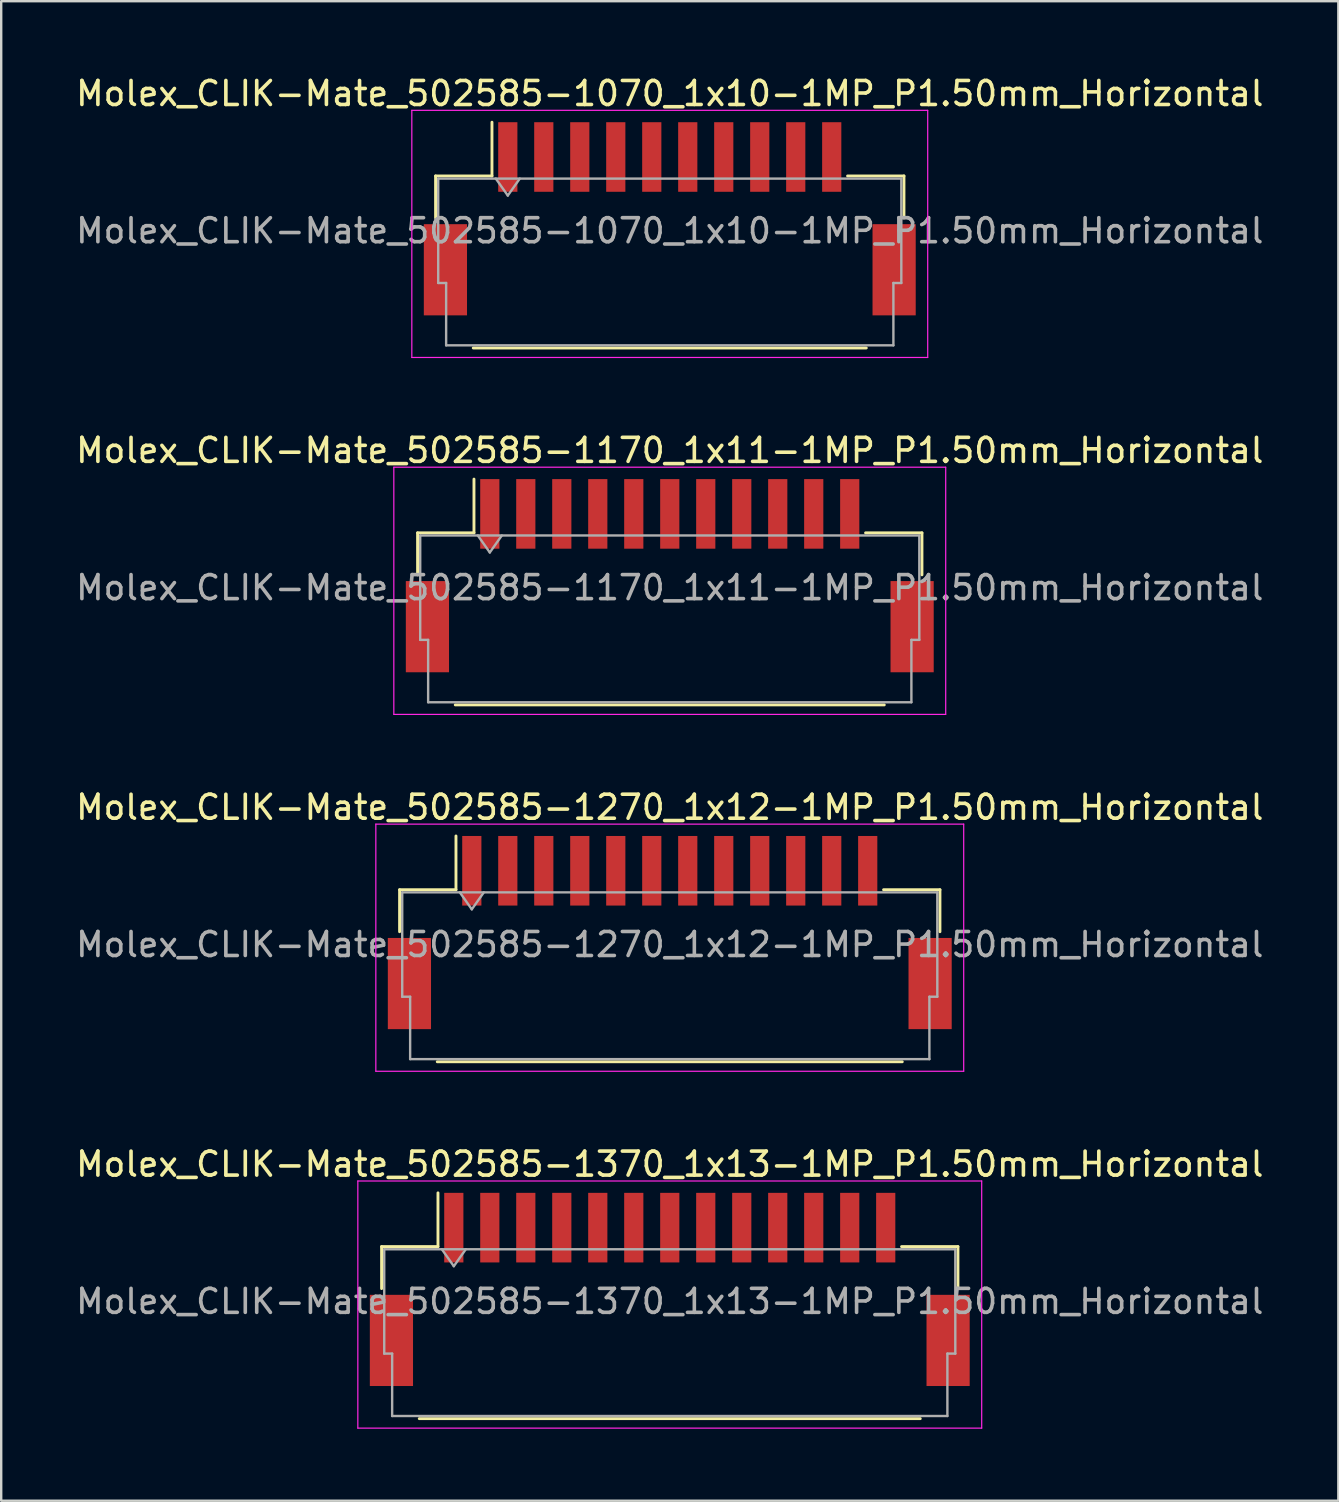
<source format=kicad_pcb>
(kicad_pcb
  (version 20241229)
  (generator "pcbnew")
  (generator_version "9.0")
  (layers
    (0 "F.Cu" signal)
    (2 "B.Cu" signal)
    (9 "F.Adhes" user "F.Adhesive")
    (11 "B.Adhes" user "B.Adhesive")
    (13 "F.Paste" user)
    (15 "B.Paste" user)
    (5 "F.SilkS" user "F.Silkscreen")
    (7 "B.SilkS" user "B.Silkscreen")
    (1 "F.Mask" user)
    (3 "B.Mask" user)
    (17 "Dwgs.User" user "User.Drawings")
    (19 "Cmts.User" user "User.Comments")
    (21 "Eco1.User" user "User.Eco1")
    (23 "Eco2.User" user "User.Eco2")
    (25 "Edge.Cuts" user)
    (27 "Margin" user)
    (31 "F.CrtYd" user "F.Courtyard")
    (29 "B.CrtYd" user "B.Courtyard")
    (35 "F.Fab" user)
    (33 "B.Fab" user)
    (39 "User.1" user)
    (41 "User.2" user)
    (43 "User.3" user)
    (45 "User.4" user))
  (footprint "Molex_CLIK-Mate_502585-1270_1x12-1MP_P1.50mm_Horizontal"
    (layer "F.Cu")
    (at 24.863 35.815)
    (property "Reference" "Molex_CLIK-Mate_502585-1270_1x12-1MP_P1.50mm_Horizontal" (at 0 -5.22 0) (layer "F.SilkS") (effects (font (size 1 1) (thickness 0.15))))
    (attr smd)
    (fp_line (start -11.26 -1.785) (end -8.91 -1.785) (stroke (width 0.12) (type solid)) (layer "F.SilkS"))
    (fp_line (start -11.26 -0.035) (end -11.26 -1.785) (stroke (width 0.12) (type solid)) (layer "F.SilkS"))
    (fp_line (start -9.69 5.385) (end 9.69 5.385) (stroke (width 0.12) (type solid)) (layer "F.SilkS"))
    (fp_line (start -8.91 -1.785) (end -8.91 -4.025) (stroke (width 0.12) (type solid)) (layer "F.SilkS"))
    (fp_line (start 11.26 -1.785) (end 8.91 -1.785) (stroke (width 0.12) (type solid)) (layer "F.SilkS"))
    (fp_line (start 11.26 -0.035) (end 11.26 -1.785) (stroke (width 0.12) (type solid)) (layer "F.SilkS"))
    (fp_line (start -12.25 -4.52) (end -12.25 5.78) (stroke (width 0.05) (type solid)) (layer "F.CrtYd"))
    (fp_line (start -12.25 5.78) (end 12.25 5.78) (stroke (width 0.05) (type solid)) (layer "F.CrtYd"))
    (fp_line (start 12.25 -4.52) (end -12.25 -4.52) (stroke (width 0.05) (type solid)) (layer "F.CrtYd"))
    (fp_line (start 12.25 5.78) (end 12.25 -4.52) (stroke (width 0.05) (type solid)) (layer "F.CrtYd"))
    (fp_line (start -11.15 -1.675) (end -11.15 2.675) (stroke (width 0.1) (type solid)) (layer "F.Fab"))
    (fp_line (start -11.15 -1.675) (end 11.15 -1.675) (stroke (width 0.1) (type solid)) (layer "F.Fab"))
    (fp_line (start -11.15 2.675) (end -10.82 2.675) (stroke (width 0.1) (type solid)) (layer "F.Fab"))
    (fp_line (start -10.82 2.675) (end -10.82 5.275) (stroke (width 0.1) (type solid)) (layer "F.Fab"))
    (fp_line (start -10.82 5.275) (end 10.82 5.275) (stroke (width 0.1) (type solid)) (layer "F.Fab"))
    (fp_line (start -8.75 -1.675) (end -8.25 -0.968) (stroke (width 0.1) (type solid)) (layer "F.Fab"))
    (fp_line (start -8.25 -0.968) (end -7.75 -1.675) (stroke (width 0.1) (type solid)) (layer "F.Fab"))
    (fp_line (start 10.82 2.675) (end 11.15 2.675) (stroke (width 0.1) (type solid)) (layer "F.Fab"))
    (fp_line (start 10.82 5.275) (end 10.82 2.675) (stroke (width 0.1) (type solid)) (layer "F.Fab"))
    (fp_line (start 11.15 -1.675) (end 11.15 2.675) (stroke (width 0.1) (type solid)) (layer "F.Fab"))
    (fp_text user "${REFERENCE}" (at 0 0.5 0) (layer "F.Fab") (effects (font (size 1 1) (thickness 0.15))))
    (pad "1" smd rect (at -8.25 -2.575) (size 0.8 2.9) (layers "F.Cu" "F.Mask" "F.Paste"))
    (pad "2" smd rect (at -6.75 -2.575) (size 0.8 2.9) (layers "F.Cu" "F.Mask" "F.Paste"))
    (pad "3" smd rect (at -5.25 -2.575) (size 0.8 2.9) (layers "F.Cu" "F.Mask" "F.Paste"))
    (pad "4" smd rect (at -3.75 -2.575) (size 0.8 2.9) (layers "F.Cu" "F.Mask" "F.Paste"))
    (pad "5" smd rect (at -2.25 -2.575) (size 0.8 2.9) (layers "F.Cu" "F.Mask" "F.Paste"))
    (pad "6" smd rect (at -0.75 -2.575) (size 0.8 2.9) (layers "F.Cu" "F.Mask" "F.Paste"))
    (pad "7" smd rect (at 0.75 -2.575) (size 0.8 2.9) (layers "F.Cu" "F.Mask" "F.Paste"))
    (pad "8" smd rect (at 2.25 -2.575) (size 0.8 2.9) (layers "F.Cu" "F.Mask" "F.Paste"))
    (pad "9" smd rect (at 3.75 -2.575) (size 0.8 2.9) (layers "F.Cu" "F.Mask" "F.Paste"))
    (pad "10" smd rect (at 5.25 -2.575) (size 0.8 2.9) (layers "F.Cu" "F.Mask" "F.Paste"))
    (pad "11" smd rect (at 6.75 -2.575) (size 0.8 2.9) (layers "F.Cu" "F.Mask" "F.Paste"))
    (pad "12" smd rect (at 8.25 -2.575) (size 0.8 2.9) (layers "F.Cu" "F.Mask" "F.Paste"))
    (pad "MP" smd rect (at -10.85 2.125) (size 1.8 3.8) (layers "F.Cu" "F.Mask" "F.Paste"))
    (pad "MP" smd rect (at 10.85 2.125) (size 1.8 3.8) (layers "F.Cu" "F.Mask" "F.Paste")))
  (footprint "Molex_CLIK-Mate_502585-1170_1x11-1MP_P1.50mm_Horizontal"
    (layer "F.Cu")
    (at 24.863 20.942)
    (property "Reference" "Molex_CLIK-Mate_502585-1170_1x11-1MP_P1.50mm_Horizontal" (at 0 -5.22 0) (layer "F.SilkS") (effects (font (size 1 1) (thickness 0.15))))
    (attr smd)
    (fp_line (start -10.51 -1.785) (end -8.16 -1.785) (stroke (width 0.12) (type solid)) (layer "F.SilkS"))
    (fp_line (start -10.51 -0.035) (end -10.51 -1.785) (stroke (width 0.12) (type solid)) (layer "F.SilkS"))
    (fp_line (start -8.94 5.385) (end 8.94 5.385) (stroke (width 0.12) (type solid)) (layer "F.SilkS"))
    (fp_line (start -8.16 -1.785) (end -8.16 -4.025) (stroke (width 0.12) (type solid)) (layer "F.SilkS"))
    (fp_line (start 10.51 -1.785) (end 8.16 -1.785) (stroke (width 0.12) (type solid)) (layer "F.SilkS"))
    (fp_line (start 10.51 -0.035) (end 10.51 -1.785) (stroke (width 0.12) (type solid)) (layer "F.SilkS"))
    (fp_line (start -11.5 -4.52) (end -11.5 5.78) (stroke (width 0.05) (type solid)) (layer "F.CrtYd"))
    (fp_line (start -11.5 5.78) (end 11.5 5.78) (stroke (width 0.05) (type solid)) (layer "F.CrtYd"))
    (fp_line (start 11.5 -4.52) (end -11.5 -4.52) (stroke (width 0.05) (type solid)) (layer "F.CrtYd"))
    (fp_line (start 11.5 5.78) (end 11.5 -4.52) (stroke (width 0.05) (type solid)) (layer "F.CrtYd"))
    (fp_line (start -10.4 -1.675) (end -10.4 2.675) (stroke (width 0.1) (type solid)) (layer "F.Fab"))
    (fp_line (start -10.4 -1.675) (end 10.4 -1.675) (stroke (width 0.1) (type solid)) (layer "F.Fab"))
    (fp_line (start -10.4 2.675) (end -10.07 2.675) (stroke (width 0.1) (type solid)) (layer "F.Fab"))
    (fp_line (start -10.07 2.675) (end -10.07 5.275) (stroke (width 0.1) (type solid)) (layer "F.Fab"))
    (fp_line (start -10.07 5.275) (end 10.07 5.275) (stroke (width 0.1) (type solid)) (layer "F.Fab"))
    (fp_line (start -8 -1.675) (end -7.5 -0.968) (stroke (width 0.1) (type solid)) (layer "F.Fab"))
    (fp_line (start -7.5 -0.968) (end -7 -1.675) (stroke (width 0.1) (type solid)) (layer "F.Fab"))
    (fp_line (start 10.07 2.675) (end 10.4 2.675) (stroke (width 0.1) (type solid)) (layer "F.Fab"))
    (fp_line (start 10.07 5.275) (end 10.07 2.675) (stroke (width 0.1) (type solid)) (layer "F.Fab"))
    (fp_line (start 10.4 -1.675) (end 10.4 2.675) (stroke (width 0.1) (type solid)) (layer "F.Fab"))
    (fp_text user "${REFERENCE}" (at 0 0.5 0) (layer "F.Fab") (effects (font (size 1 1) (thickness 0.15))))
    (pad "1" smd rect (at -7.5 -2.575) (size 0.8 2.9) (layers "F.Cu" "F.Mask" "F.Paste"))
    (pad "2" smd rect (at -6 -2.575) (size 0.8 2.9) (layers "F.Cu" "F.Mask" "F.Paste"))
    (pad "3" smd rect (at -4.5 -2.575) (size 0.8 2.9) (layers "F.Cu" "F.Mask" "F.Paste"))
    (pad "4" smd rect (at -3 -2.575) (size 0.8 2.9) (layers "F.Cu" "F.Mask" "F.Paste"))
    (pad "5" smd rect (at -1.5 -2.575) (size 0.8 2.9) (layers "F.Cu" "F.Mask" "F.Paste"))
    (pad "6" smd rect (at 0 -2.575) (size 0.8 2.9) (layers "F.Cu" "F.Mask" "F.Paste"))
    (pad "7" smd rect (at 1.5 -2.575) (size 0.8 2.9) (layers "F.Cu" "F.Mask" "F.Paste"))
    (pad "8" smd rect (at 3 -2.575) (size 0.8 2.9) (layers "F.Cu" "F.Mask" "F.Paste"))
    (pad "9" smd rect (at 4.5 -2.575) (size 0.8 2.9) (layers "F.Cu" "F.Mask" "F.Paste"))
    (pad "10" smd rect (at 6 -2.575) (size 0.8 2.9) (layers "F.Cu" "F.Mask" "F.Paste"))
    (pad "11" smd rect (at 7.5 -2.575) (size 0.8 2.9) (layers "F.Cu" "F.Mask" "F.Paste"))
    (pad "MP" smd rect (at -10.1 2.125) (size 1.8 3.8) (layers "F.Cu" "F.Mask" "F.Paste"))
    (pad "MP" smd rect (at 10.1 2.125) (size 1.8 3.8) (layers "F.Cu" "F.Mask" "F.Paste")))
  (footprint "Molex_CLIK-Mate_502585-1070_1x10-1MP_P1.50mm_Horizontal"
    (layer "F.Cu")
    (at 24.863 6.068)
    (property "Reference" "Molex_CLIK-Mate_502585-1070_1x10-1MP_P1.50mm_Horizontal" (at 0 -5.22 0) (layer "F.SilkS") (effects (font (size 1 1) (thickness 0.15))))
    (attr smd)
    (fp_line (start -9.76 -1.785) (end -7.41 -1.785) (stroke (width 0.12) (type solid)) (layer "F.SilkS"))
    (fp_line (start -9.76 -0.035) (end -9.76 -1.785) (stroke (width 0.12) (type solid)) (layer "F.SilkS"))
    (fp_line (start -8.19 5.385) (end 8.19 5.385) (stroke (width 0.12) (type solid)) (layer "F.SilkS"))
    (fp_line (start -7.41 -1.785) (end -7.41 -4.025) (stroke (width 0.12) (type solid)) (layer "F.SilkS"))
    (fp_line (start 9.76 -1.785) (end 7.41 -1.785) (stroke (width 0.12) (type solid)) (layer "F.SilkS"))
    (fp_line (start 9.76 -0.035) (end 9.76 -1.785) (stroke (width 0.12) (type solid)) (layer "F.SilkS"))
    (fp_line (start -10.75 -4.52) (end -10.75 5.78) (stroke (width 0.05) (type solid)) (layer "F.CrtYd"))
    (fp_line (start -10.75 5.78) (end 10.75 5.78) (stroke (width 0.05) (type solid)) (layer "F.CrtYd"))
    (fp_line (start 10.75 -4.52) (end -10.75 -4.52) (stroke (width 0.05) (type solid)) (layer "F.CrtYd"))
    (fp_line (start 10.75 5.78) (end 10.75 -4.52) (stroke (width 0.05) (type solid)) (layer "F.CrtYd"))
    (fp_line (start -9.65 -1.675) (end -9.65 2.675) (stroke (width 0.1) (type solid)) (layer "F.Fab"))
    (fp_line (start -9.65 -1.675) (end 9.65 -1.675) (stroke (width 0.1) (type solid)) (layer "F.Fab"))
    (fp_line (start -9.65 2.675) (end -9.32 2.675) (stroke (width 0.1) (type solid)) (layer "F.Fab"))
    (fp_line (start -9.32 2.675) (end -9.32 5.275) (stroke (width 0.1) (type solid)) (layer "F.Fab"))
    (fp_line (start -9.32 5.275) (end 9.32 5.275) (stroke (width 0.1) (type solid)) (layer "F.Fab"))
    (fp_line (start -7.25 -1.675) (end -6.75 -0.968) (stroke (width 0.1) (type solid)) (layer "F.Fab"))
    (fp_line (start -6.75 -0.968) (end -6.25 -1.675) (stroke (width 0.1) (type solid)) (layer "F.Fab"))
    (fp_line (start 9.32 2.675) (end 9.65 2.675) (stroke (width 0.1) (type solid)) (layer "F.Fab"))
    (fp_line (start 9.32 5.275) (end 9.32 2.675) (stroke (width 0.1) (type solid)) (layer "F.Fab"))
    (fp_line (start 9.65 -1.675) (end 9.65 2.675) (stroke (width 0.1) (type solid)) (layer "F.Fab"))
    (fp_text user "${REFERENCE}" (at 0 0.5 0) (layer "F.Fab") (effects (font (size 1 1) (thickness 0.15))))
    (pad "1" smd rect (at -6.75 -2.575) (size 0.8 2.9) (layers "F.Cu" "F.Mask" "F.Paste"))
    (pad "2" smd rect (at -5.25 -2.575) (size 0.8 2.9) (layers "F.Cu" "F.Mask" "F.Paste"))
    (pad "3" smd rect (at -3.75 -2.575) (size 0.8 2.9) (layers "F.Cu" "F.Mask" "F.Paste"))
    (pad "4" smd rect (at -2.25 -2.575) (size 0.8 2.9) (layers "F.Cu" "F.Mask" "F.Paste"))
    (pad "5" smd rect (at -0.75 -2.575) (size 0.8 2.9) (layers "F.Cu" "F.Mask" "F.Paste"))
    (pad "6" smd rect (at 0.75 -2.575) (size 0.8 2.9) (layers "F.Cu" "F.Mask" "F.Paste"))
    (pad "7" smd rect (at 2.25 -2.575) (size 0.8 2.9) (layers "F.Cu" "F.Mask" "F.Paste"))
    (pad "8" smd rect (at 3.75 -2.575) (size 0.8 2.9) (layers "F.Cu" "F.Mask" "F.Paste"))
    (pad "9" smd rect (at 5.25 -2.575) (size 0.8 2.9) (layers "F.Cu" "F.Mask" "F.Paste"))
    (pad "10" smd rect (at 6.75 -2.575) (size 0.8 2.9) (layers "F.Cu" "F.Mask" "F.Paste"))
    (pad "MP" smd rect (at -9.35 2.125) (size 1.8 3.8) (layers "F.Cu" "F.Mask" "F.Paste"))
    (pad "MP" smd rect (at 9.35 2.125) (size 1.8 3.8) (layers "F.Cu" "F.Mask" "F.Paste")))
  (footprint "Molex_CLIK-Mate_502585-1370_1x13-1MP_P1.50mm_Horizontal"
    (layer "F.Cu")
    (at 24.863 50.688)
    (property "Reference" "Molex_CLIK-Mate_502585-1370_1x13-1MP_P1.50mm_Horizontal" (at 0 -5.22 0) (layer "F.SilkS") (effects (font (size 1 1) (thickness 0.15))))
    (attr smd)
    (fp_line (start -12.01 -1.785) (end -9.66 -1.785) (stroke (width 0.12) (type solid)) (layer "F.SilkS"))
    (fp_line (start -12.01 -0.035) (end -12.01 -1.785) (stroke (width 0.12) (type solid)) (layer "F.SilkS"))
    (fp_line (start -10.44 5.385) (end 10.44 5.385) (stroke (width 0.12) (type solid)) (layer "F.SilkS"))
    (fp_line (start -9.66 -1.785) (end -9.66 -4.025) (stroke (width 0.12) (type solid)) (layer "F.SilkS"))
    (fp_line (start 12.01 -1.785) (end 9.66 -1.785) (stroke (width 0.12) (type solid)) (layer "F.SilkS"))
    (fp_line (start 12.01 -0.035) (end 12.01 -1.785) (stroke (width 0.12) (type solid)) (layer "F.SilkS"))
    (fp_line (start -13 -4.52) (end -13 5.78) (stroke (width 0.05) (type solid)) (layer "F.CrtYd"))
    (fp_line (start -13 5.78) (end 13 5.78) (stroke (width 0.05) (type solid)) (layer "F.CrtYd"))
    (fp_line (start 13 -4.52) (end -13 -4.52) (stroke (width 0.05) (type solid)) (layer "F.CrtYd"))
    (fp_line (start 13 5.78) (end 13 -4.52) (stroke (width 0.05) (type solid)) (layer "F.CrtYd"))
    (fp_line (start -11.9 -1.675) (end -11.9 2.675) (stroke (width 0.1) (type solid)) (layer "F.Fab"))
    (fp_line (start -11.9 -1.675) (end 11.9 -1.675) (stroke (width 0.1) (type solid)) (layer "F.Fab"))
    (fp_line (start -11.9 2.675) (end -11.57 2.675) (stroke (width 0.1) (type solid)) (layer "F.Fab"))
    (fp_line (start -11.57 2.675) (end -11.57 5.275) (stroke (width 0.1) (type solid)) (layer "F.Fab"))
    (fp_line (start -11.57 5.275) (end 11.57 5.275) (stroke (width 0.1) (type solid)) (layer "F.Fab"))
    (fp_line (start -9.5 -1.675) (end -9 -0.968) (stroke (width 0.1) (type solid)) (layer "F.Fab"))
    (fp_line (start -9 -0.968) (end -8.5 -1.675) (stroke (width 0.1) (type solid)) (layer "F.Fab"))
    (fp_line (start 11.57 2.675) (end 11.9 2.675) (stroke (width 0.1) (type solid)) (layer "F.Fab"))
    (fp_line (start 11.57 5.275) (end 11.57 2.675) (stroke (width 0.1) (type solid)) (layer "F.Fab"))
    (fp_line (start 11.9 -1.675) (end 11.9 2.675) (stroke (width 0.1) (type solid)) (layer "F.Fab"))
    (fp_text user "${REFERENCE}" (at 0 0.5 0) (layer "F.Fab") (effects (font (size 1 1) (thickness 0.15))))
    (pad "1" smd rect (at -9 -2.575) (size 0.8 2.9) (layers "F.Cu" "F.Mask" "F.Paste"))
    (pad "2" smd rect (at -7.5 -2.575) (size 0.8 2.9) (layers "F.Cu" "F.Mask" "F.Paste"))
    (pad "3" smd rect (at -6 -2.575) (size 0.8 2.9) (layers "F.Cu" "F.Mask" "F.Paste"))
    (pad "4" smd rect (at -4.5 -2.575) (size 0.8 2.9) (layers "F.Cu" "F.Mask" "F.Paste"))
    (pad "5" smd rect (at -3 -2.575) (size 0.8 2.9) (layers "F.Cu" "F.Mask" "F.Paste"))
    (pad "6" smd rect (at -1.5 -2.575) (size 0.8 2.9) (layers "F.Cu" "F.Mask" "F.Paste"))
    (pad "7" smd rect (at 0 -2.575) (size 0.8 2.9) (layers "F.Cu" "F.Mask" "F.Paste"))
    (pad "8" smd rect (at 1.5 -2.575) (size 0.8 2.9) (layers "F.Cu" "F.Mask" "F.Paste"))
    (pad "9" smd rect (at 3 -2.575) (size 0.8 2.9) (layers "F.Cu" "F.Mask" "F.Paste"))
    (pad "10" smd rect (at 4.5 -2.575) (size 0.8 2.9) (layers "F.Cu" "F.Mask" "F.Paste"))
    (pad "11" smd rect (at 6 -2.575) (size 0.8 2.9) (layers "F.Cu" "F.Mask" "F.Paste"))
    (pad "12" smd rect (at 7.5 -2.575) (size 0.8 2.9) (layers "F.Cu" "F.Mask" "F.Paste"))
    (pad "13" smd rect (at 9 -2.575) (size 0.8 2.9) (layers "F.Cu" "F.Mask" "F.Paste"))
    (pad "MP" smd rect (at -11.6 2.125) (size 1.8 3.8) (layers "F.Cu" "F.Mask" "F.Paste"))
    (pad "MP" smd rect (at 11.6 2.125) (size 1.8 3.8) (layers "F.Cu" "F.Mask" "F.Paste")))
  (gr_rect
    (start -3 -3)
    (end 52.726 59.493)
    (stroke (width 0.1) (type default))
    (fill no)
    (layer "Edge.Cuts")))
</source>
